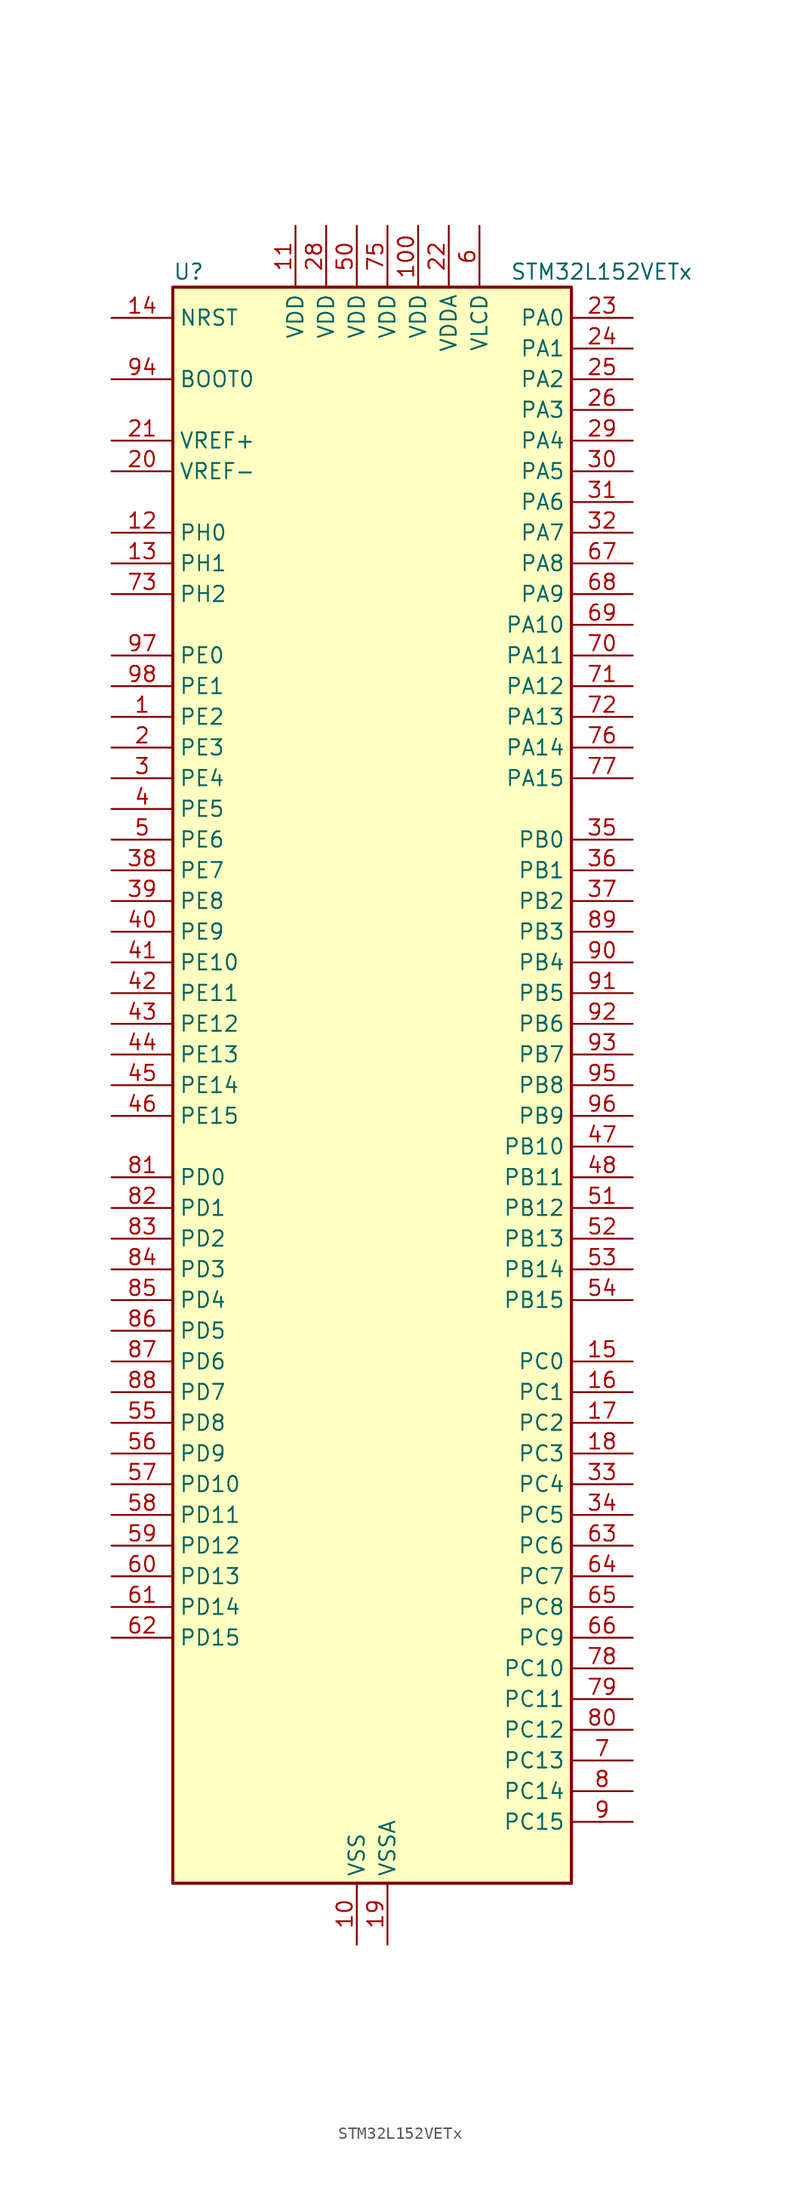
<source format=kicad_sym>
(kicad_symbol_lib
  (version 20231120)
  (generator "kicad-library-utils")
  (generator_version "8.0")
  (symbol "STM32L152VETx"
    (property "Reference" "U"
      (at -15.24 67.31 0)
      (effects (font (size 1.27 1.27)) (justify left)))
    (property "Value" "STM32L152VETx"
      (at 12.7 67.31 0)
      (effects (font (size 1.27 1.27)) (justify left)))
    (symbol "STM32L152VETx_0_1"
      (rectangle (start -15.24 -66.04) (end 17.78 66.04) (stroke (width 0.254) (type default)) (fill (type background))))
    (symbol "STM32L152VETx_1_1"
      (pin bidirectional line (at -20.32 30.48 0) (length 5.08) (name "PE2" (effects (font (size 1.27 1.27)))) (number "1" (effects (font (size 1.27 1.27)))) (alternate "LCD_SEG38" bidirectional line) (alternate "SYS_TRACECK" bidirectional line) (alternate "TIM3_ETR" bidirectional line) (alternate "TIMX_IC3" bidirectional line))
      (pin power_in line (at 0 -71.12 90) (length 5.08) (name "VSS" (effects (font (size 1.27 1.27)))) (number "10" (effects (font (size 1.27 1.27)))))
      (pin power_in line (at 5.08 71.12 270) (length 5.08) (name "VDD" (effects (font (size 1.27 1.27)))) (number "100" (effects (font (size 1.27 1.27)))))
      (pin power_in line (at -5.08 71.12 270) (length 5.08) (name "VDD" (effects (font (size 1.27 1.27)))) (number "11" (effects (font (size 1.27 1.27)))))
      (pin bidirectional line (at -20.32 45.72 0) (length 5.08) (name "PH0" (effects (font (size 1.27 1.27)))) (number "12" (effects (font (size 1.27 1.27)))) (alternate "RCC_OSC_IN" bidirectional line))
      (pin bidirectional line (at -20.32 43.18 0) (length 5.08) (name "PH1" (effects (font (size 1.27 1.27)))) (number "13" (effects (font (size 1.27 1.27)))) (alternate "RCC_OSC_OUT" bidirectional line))
      (pin input line (at -20.32 63.5 0) (length 5.08) (name "NRST" (effects (font (size 1.27 1.27)))) (number "14" (effects (font (size 1.27 1.27)))))
      (pin bidirectional line (at 22.86 -22.86 180) (length 5.08) (name "PC0" (effects (font (size 1.27 1.27)))) (number "15" (effects (font (size 1.27 1.27)))) (alternate "ADC_IN10" bidirectional line) (alternate "COMP1_INP" bidirectional line) (alternate "LCD_SEG18" bidirectional line) (alternate "TIMX_IC1" bidirectional line) (alternate "TS_G8_IO1" bidirectional line))
      (pin bidirectional line (at 22.86 -25.4 180) (length 5.08) (name "PC1" (effects (font (size 1.27 1.27)))) (number "16" (effects (font (size 1.27 1.27)))) (alternate "ADC_IN11" bidirectional line) (alternate "COMP1_INP" bidirectional line) (alternate "LCD_SEG19" bidirectional line) (alternate "TIMX_IC2" bidirectional line) (alternate "TS_G8_IO2" bidirectional line))
      (pin bidirectional line (at 22.86 -27.94 180) (length 5.08) (name "PC2" (effects (font (size 1.27 1.27)))) (number "17" (effects (font (size 1.27 1.27)))) (alternate "ADC_IN12" bidirectional line) (alternate "COMP1_INP" bidirectional line) (alternate "LCD_SEG20" bidirectional line) (alternate "TIMX_IC3" bidirectional line) (alternate "TS_G8_IO3" bidirectional line))
      (pin bidirectional line (at 22.86 -30.48 180) (length 5.08) (name "PC3" (effects (font (size 1.27 1.27)))) (number "18" (effects (font (size 1.27 1.27)))) (alternate "ADC_IN13" bidirectional line) (alternate "COMP1_INP" bidirectional line) (alternate "LCD_SEG21" bidirectional line) (alternate "TIMX_IC4" bidirectional line) (alternate "TS_G8_IO4" bidirectional line))
      (pin power_in line (at 2.54 -71.12 90) (length 5.08) (name "VSSA" (effects (font (size 1.27 1.27)))) (number "19" (effects (font (size 1.27 1.27)))))
      (pin bidirectional line (at -20.32 27.94 0) (length 5.08) (name "PE3" (effects (font (size 1.27 1.27)))) (number "2" (effects (font (size 1.27 1.27)))) (alternate "LCD_SEG39" bidirectional line) (alternate "SYS_TRACED0" bidirectional line) (alternate "TIM3_CH1" bidirectional line) (alternate "TIMX_IC4" bidirectional line))
      (pin input line (at -20.32 50.8 0) (length 5.08) (name "VREF-" (effects (font (size 1.27 1.27)))) (number "20" (effects (font (size 1.27 1.27)))))
      (pin input line (at -20.32 53.34 0) (length 5.08) (name "VREF+" (effects (font (size 1.27 1.27)))) (number "21" (effects (font (size 1.27 1.27)))))
      (pin power_in line (at 7.62 71.12 270) (length 5.08) (name "VDDA" (effects (font (size 1.27 1.27)))) (number "22" (effects (font (size 1.27 1.27)))))
      (pin bidirectional line (at 22.86 63.5 180) (length 5.08) (name "PA0" (effects (font (size 1.27 1.27)))) (number "23" (effects (font (size 1.27 1.27)))) (alternate "ADC_IN0" bidirectional line) (alternate "COMP1_INP" bidirectional line) (alternate "RTC_TAMP2" bidirectional line) (alternate "SYS_WKUP1" bidirectional line) (alternate "TIM2_CH1" bidirectional line) (alternate "TIM2_ETR" bidirectional line) (alternate "TIM5_CH1" bidirectional line) (alternate "TIMX_IC1" bidirectional line) (alternate "TS_G1_IO1" bidirectional line) (alternate "USART2_CTS" bidirectional line))
      (pin bidirectional line (at 22.86 60.96 180) (length 5.08) (name "PA1" (effects (font (size 1.27 1.27)))) (number "24" (effects (font (size 1.27 1.27)))) (alternate "ADC_IN1" bidirectional line) (alternate "COMP1_INP" bidirectional line) (alternate "LCD_SEG0" bidirectional line) (alternate "OPAMP1_VINP" bidirectional line) (alternate "TIM2_CH2" bidirectional line) (alternate "TIM5_CH2" bidirectional line) (alternate "TIMX_IC2" bidirectional line) (alternate "TS_G1_IO2" bidirectional line) (alternate "USART2_RTS" bidirectional line))
      (pin bidirectional line (at 22.86 58.42 180) (length 5.08) (name "PA2" (effects (font (size 1.27 1.27)))) (number "25" (effects (font (size 1.27 1.27)))) (alternate "ADC_IN2" bidirectional line) (alternate "COMP1_INP" bidirectional line) (alternate "LCD_SEG1" bidirectional line) (alternate "OPAMP1_VINM" bidirectional line) (alternate "TIM2_CH3" bidirectional line) (alternate "TIM5_CH3" bidirectional line) (alternate "TIM9_CH1" bidirectional line) (alternate "TIMX_IC3" bidirectional line) (alternate "TS_G1_IO3" bidirectional line) (alternate "USART2_TX" bidirectional line))
      (pin bidirectional line (at 22.86 55.88 180) (length 5.08) (name "PA3" (effects (font (size 1.27 1.27)))) (number "26" (effects (font (size 1.27 1.27)))) (alternate "ADC_IN3" bidirectional line) (alternate "COMP1_INP" bidirectional line) (alternate "LCD_SEG2" bidirectional line) (alternate "OPAMP1_VOUT" bidirectional line) (alternate "TIM2_CH4" bidirectional line) (alternate "TIM5_CH4" bidirectional line) (alternate "TIM9_CH2" bidirectional line) (alternate "TIMX_IC4" bidirectional line) (alternate "TS_G1_IO4" bidirectional line) (alternate "USART2_RX" bidirectional line))
      (pin passive line (at 0 -71.12 90) (length 5.08) hide (name "VSS" (effects (font (size 1.27 1.27)))) (number "27" (effects (font (size 1.27 1.27)))))
      (pin power_in line (at -2.54 71.12 270) (length 5.08) (name "VDD" (effects (font (size 1.27 1.27)))) (number "28" (effects (font (size 1.27 1.27)))))
      (pin bidirectional line (at 22.86 53.34 180) (length 5.08) (name "PA4" (effects (font (size 1.27 1.27)))) (number "29" (effects (font (size 1.27 1.27)))) (alternate "ADC_IN4" bidirectional line) (alternate "COMP1_INP" bidirectional line) (alternate "DAC_OUT1" bidirectional line) (alternate "I2S3_WS" bidirectional line) (alternate "SPI1_NSS" bidirectional line) (alternate "SPI3_NSS" bidirectional line) (alternate "TIMX_IC1" bidirectional line) (alternate "USART2_CK" bidirectional line))
      (pin bidirectional line (at -20.32 25.4 0) (length 5.08) (name "PE4" (effects (font (size 1.27 1.27)))) (number "3" (effects (font (size 1.27 1.27)))) (alternate "SYS_TRACED1" bidirectional line) (alternate "TIM3_CH2" bidirectional line) (alternate "TIMX_IC1" bidirectional line))
      (pin bidirectional line (at 22.86 50.8 180) (length 5.08) (name "PA5" (effects (font (size 1.27 1.27)))) (number "30" (effects (font (size 1.27 1.27)))) (alternate "ADC_IN5" bidirectional line) (alternate "COMP1_INP" bidirectional line) (alternate "DAC_OUT2" bidirectional line) (alternate "SPI1_SCK" bidirectional line) (alternate "TIM2_CH1" bidirectional line) (alternate "TIM2_ETR" bidirectional line) (alternate "TIMX_IC2" bidirectional line))
      (pin bidirectional line (at 22.86 48.26 180) (length 5.08) (name "PA6" (effects (font (size 1.27 1.27)))) (number "31" (effects (font (size 1.27 1.27)))) (alternate "ADC_IN6" bidirectional line) (alternate "COMP1_INP" bidirectional line) (alternate "LCD_SEG3" bidirectional line) (alternate "OPAMP2_VINP" bidirectional line) (alternate "SPI1_MISO" bidirectional line) (alternate "TIM10_CH1" bidirectional line) (alternate "TIM3_CH1" bidirectional line) (alternate "TIMX_IC3" bidirectional line) (alternate "TS_G2_IO1" bidirectional line))
      (pin bidirectional line (at 22.86 45.72 180) (length 5.08) (name "PA7" (effects (font (size 1.27 1.27)))) (number "32" (effects (font (size 1.27 1.27)))) (alternate "ADC_IN7" bidirectional line) (alternate "COMP1_INP" bidirectional line) (alternate "LCD_SEG4" bidirectional line) (alternate "OPAMP2_VINM" bidirectional line) (alternate "SPI1_MOSI" bidirectional line) (alternate "TIM11_CH1" bidirectional line) (alternate "TIM3_CH2" bidirectional line) (alternate "TIMX_IC4" bidirectional line) (alternate "TS_G2_IO2" bidirectional line))
      (pin bidirectional line (at 22.86 -33.02 180) (length 5.08) (name "PC4" (effects (font (size 1.27 1.27)))) (number "33" (effects (font (size 1.27 1.27)))) (alternate "ADC_IN14" bidirectional line) (alternate "COMP1_INP" bidirectional line) (alternate "LCD_SEG22" bidirectional line) (alternate "TIMX_IC1" bidirectional line) (alternate "TS_G9_IO1" bidirectional line))
      (pin bidirectional line (at 22.86 -35.56 180) (length 5.08) (name "PC5" (effects (font (size 1.27 1.27)))) (number "34" (effects (font (size 1.27 1.27)))) (alternate "ADC_IN15" bidirectional line) (alternate "COMP1_INP" bidirectional line) (alternate "LCD_SEG23" bidirectional line) (alternate "TIMX_IC2" bidirectional line) (alternate "TS_G9_IO2" bidirectional line))
      (pin bidirectional line (at 22.86 20.32 180) (length 5.08) (name "PB0" (effects (font (size 1.27 1.27)))) (number "35" (effects (font (size 1.27 1.27)))) (alternate "ADC_IN8" bidirectional line) (alternate "COMP1_INP" bidirectional line) (alternate "LCD_SEG5" bidirectional line) (alternate "OPAMP2_VOUT" bidirectional line) (alternate "SYS_V_REF_OUT" bidirectional line) (alternate "TIM3_CH3" bidirectional line) (alternate "TS_G3_IO1" bidirectional line))
      (pin bidirectional line (at 22.86 17.78 180) (length 5.08) (name "PB1" (effects (font (size 1.27 1.27)))) (number "36" (effects (font (size 1.27 1.27)))) (alternate "ADC_IN9" bidirectional line) (alternate "COMP1_INP" bidirectional line) (alternate "LCD_SEG6" bidirectional line) (alternate "SYS_V_REF_OUT" bidirectional line) (alternate "TIM3_CH4" bidirectional line) (alternate "TS_G3_IO2" bidirectional line))
      (pin bidirectional line (at 22.86 15.24 180) (length 5.08) (name "PB2" (effects (font (size 1.27 1.27)))) (number "37" (effects (font (size 1.27 1.27)))) (alternate "ADC_IN0b" bidirectional line) (alternate "TS_G3_IO3" bidirectional line))
      (pin bidirectional line (at -20.32 17.78 0) (length 5.08) (name "PE7" (effects (font (size 1.27 1.27)))) (number "38" (effects (font (size 1.27 1.27)))) (alternate "ADC_IN22" bidirectional line) (alternate "COMP1_INP" bidirectional line) (alternate "TIMX_IC4" bidirectional line))
      (pin bidirectional line (at -20.32 15.24 0) (length 5.08) (name "PE8" (effects (font (size 1.27 1.27)))) (number "39" (effects (font (size 1.27 1.27)))) (alternate "ADC_IN23" bidirectional line) (alternate "COMP1_INP" bidirectional line) (alternate "TIMX_IC1" bidirectional line))
      (pin bidirectional line (at -20.32 22.86 0) (length 5.08) (name "PE5" (effects (font (size 1.27 1.27)))) (number "4" (effects (font (size 1.27 1.27)))) (alternate "SYS_TRACED2" bidirectional line) (alternate "TIM9_CH1" bidirectional line) (alternate "TIMX_IC2" bidirectional line))
      (pin bidirectional line (at -20.32 12.7 0) (length 5.08) (name "PE9" (effects (font (size 1.27 1.27)))) (number "40" (effects (font (size 1.27 1.27)))) (alternate "ADC_IN24" bidirectional line) (alternate "COMP1_INP" bidirectional line) (alternate "DAC_EXTI9" bidirectional line) (alternate "TIM2_CH1" bidirectional line) (alternate "TIM2_ETR" bidirectional line) (alternate "TIMX_IC2" bidirectional line))
      (pin bidirectional line (at -20.32 10.16 0) (length 5.08) (name "PE10" (effects (font (size 1.27 1.27)))) (number "41" (effects (font (size 1.27 1.27)))) (alternate "ADC_IN25" bidirectional line) (alternate "COMP1_INP" bidirectional line) (alternate "TIM2_CH2" bidirectional line) (alternate "TIMX_IC3" bidirectional line))
      (pin bidirectional line (at -20.32 7.62 0) (length 5.08) (name "PE11" (effects (font (size 1.27 1.27)))) (number "42" (effects (font (size 1.27 1.27)))) (alternate "ADC_EXTI11" bidirectional line) (alternate "TIM2_CH3" bidirectional line) (alternate "TIMX_IC4" bidirectional line))
      (pin bidirectional line (at -20.32 5.08 0) (length 5.08) (name "PE12" (effects (font (size 1.27 1.27)))) (number "43" (effects (font (size 1.27 1.27)))) (alternate "SPI1_NSS" bidirectional line) (alternate "TIM2_CH4" bidirectional line) (alternate "TIMX_IC1" bidirectional line))
      (pin bidirectional line (at -20.32 2.54 0) (length 5.08) (name "PE13" (effects (font (size 1.27 1.27)))) (number "44" (effects (font (size 1.27 1.27)))) (alternate "SPI1_SCK" bidirectional line) (alternate "TIMX_IC2" bidirectional line))
      (pin bidirectional line (at -20.32 0 0) (length 5.08) (name "PE14" (effects (font (size 1.27 1.27)))) (number "45" (effects (font (size 1.27 1.27)))) (alternate "SPI1_MISO" bidirectional line) (alternate "TIMX_IC3" bidirectional line))
      (pin bidirectional line (at -20.32 -2.54 0) (length 5.08) (name "PE15" (effects (font (size 1.27 1.27)))) (number "46" (effects (font (size 1.27 1.27)))) (alternate "ADC_EXTI15" bidirectional line) (alternate "SPI1_MOSI" bidirectional line) (alternate "TIMX_IC4" bidirectional line))
      (pin bidirectional line (at 22.86 -5.08 180) (length 5.08) (name "PB10" (effects (font (size 1.27 1.27)))) (number "47" (effects (font (size 1.27 1.27)))) (alternate "I2C2_SCL" bidirectional line) (alternate "LCD_SEG10" bidirectional line) (alternate "TIM2_CH3" bidirectional line) (alternate "USART3_TX" bidirectional line))
      (pin bidirectional line (at 22.86 -7.62 180) (length 5.08) (name "PB11" (effects (font (size 1.27 1.27)))) (number "48" (effects (font (size 1.27 1.27)))) (alternate "ADC_EXTI11" bidirectional line) (alternate "I2C2_SDA" bidirectional line) (alternate "LCD_SEG11" bidirectional line) (alternate "TIM2_CH4" bidirectional line) (alternate "USART3_RX" bidirectional line))
      (pin passive line (at 0 -71.12 90) (length 5.08) hide (name "VSS" (effects (font (size 1.27 1.27)))) (number "49" (effects (font (size 1.27 1.27)))))
      (pin bidirectional line (at -20.32 20.32 0) (length 5.08) (name "PE6" (effects (font (size 1.27 1.27)))) (number "5" (effects (font (size 1.27 1.27)))) (alternate "RTC_TAMP3" bidirectional line) (alternate "SYS_TRACED3" bidirectional line) (alternate "SYS_WKUP3" bidirectional line) (alternate "TIM9_CH2" bidirectional line) (alternate "TIMX_IC3" bidirectional line))
      (pin power_in line (at 0 71.12 270) (length 5.08) (name "VDD" (effects (font (size 1.27 1.27)))) (number "50" (effects (font (size 1.27 1.27)))))
      (pin bidirectional line (at 22.86 -10.16 180) (length 5.08) (name "PB12" (effects (font (size 1.27 1.27)))) (number "51" (effects (font (size 1.27 1.27)))) (alternate "ADC_IN18" bidirectional line) (alternate "COMP1_INP" bidirectional line) (alternate "I2C2_SMBA" bidirectional line) (alternate "I2S2_WS" bidirectional line) (alternate "LCD_SEG12" bidirectional line) (alternate "SPI2_NSS" bidirectional line) (alternate "TIM10_CH1" bidirectional line) (alternate "TS_G7_IO1" bidirectional line) (alternate "USART3_CK" bidirectional line))
      (pin bidirectional line (at 22.86 -12.7 180) (length 5.08) (name "PB13" (effects (font (size 1.27 1.27)))) (number "52" (effects (font (size 1.27 1.27)))) (alternate "ADC_IN19" bidirectional line) (alternate "COMP1_INP" bidirectional line) (alternate "I2S2_CK" bidirectional line) (alternate "LCD_SEG13" bidirectional line) (alternate "SPI2_SCK" bidirectional line) (alternate "TIM9_CH1" bidirectional line) (alternate "TS_G7_IO2" bidirectional line) (alternate "USART3_CTS" bidirectional line))
      (pin bidirectional line (at 22.86 -15.24 180) (length 5.08) (name "PB14" (effects (font (size 1.27 1.27)))) (number "53" (effects (font (size 1.27 1.27)))) (alternate "ADC_IN20" bidirectional line) (alternate "COMP1_INP" bidirectional line) (alternate "LCD_SEG14" bidirectional line) (alternate "SPI2_MISO" bidirectional line) (alternate "TIM9_CH2" bidirectional line) (alternate "TS_G7_IO3" bidirectional line) (alternate "USART3_RTS" bidirectional line))
      (pin bidirectional line (at 22.86 -17.78 180) (length 5.08) (name "PB15" (effects (font (size 1.27 1.27)))) (number "54" (effects (font (size 1.27 1.27)))) (alternate "ADC_EXTI15" bidirectional line) (alternate "ADC_IN21" bidirectional line) (alternate "COMP1_INP" bidirectional line) (alternate "I2S2_SD" bidirectional line) (alternate "LCD_SEG15" bidirectional line) (alternate "RTC_REFIN" bidirectional line) (alternate "SPI2_MOSI" bidirectional line) (alternate "TIM11_CH1" bidirectional line) (alternate "TS_G7_IO4" bidirectional line))
      (pin bidirectional line (at -20.32 -27.94 0) (length 5.08) (name "PD8" (effects (font (size 1.27 1.27)))) (number "55" (effects (font (size 1.27 1.27)))) (alternate "LCD_SEG28" bidirectional line) (alternate "TIMX_IC1" bidirectional line) (alternate "USART3_TX" bidirectional line))
      (pin bidirectional line (at -20.32 -30.48 0) (length 5.08) (name "PD9" (effects (font (size 1.27 1.27)))) (number "56" (effects (font (size 1.27 1.27)))) (alternate "DAC_EXTI9" bidirectional line) (alternate "LCD_SEG29" bidirectional line) (alternate "TIMX_IC2" bidirectional line) (alternate "USART3_RX" bidirectional line))
      (pin bidirectional line (at -20.32 -33.02 0) (length 5.08) (name "PD10" (effects (font (size 1.27 1.27)))) (number "57" (effects (font (size 1.27 1.27)))) (alternate "LCD_SEG30" bidirectional line) (alternate "TIMX_IC3" bidirectional line) (alternate "USART3_CK" bidirectional line))
      (pin bidirectional line (at -20.32 -35.56 0) (length 5.08) (name "PD11" (effects (font (size 1.27 1.27)))) (number "58" (effects (font (size 1.27 1.27)))) (alternate "ADC_EXTI11" bidirectional line) (alternate "LCD_SEG31" bidirectional line) (alternate "TIMX_IC4" bidirectional line) (alternate "USART3_CTS" bidirectional line))
      (pin bidirectional line (at -20.32 -38.1 0) (length 5.08) (name "PD12" (effects (font (size 1.27 1.27)))) (number "59" (effects (font (size 1.27 1.27)))) (alternate "LCD_SEG32" bidirectional line) (alternate "TIM4_CH1" bidirectional line) (alternate "TIMX_IC1" bidirectional line) (alternate "USART3_RTS" bidirectional line))
      (pin power_in line (at 10.16 71.12 270) (length 5.08) (name "VLCD" (effects (font (size 1.27 1.27)))) (number "6" (effects (font (size 1.27 1.27)))))
      (pin bidirectional line (at -20.32 -40.64 0) (length 5.08) (name "PD13" (effects (font (size 1.27 1.27)))) (number "60" (effects (font (size 1.27 1.27)))) (alternate "LCD_SEG33" bidirectional line) (alternate "TIM4_CH2" bidirectional line) (alternate "TIMX_IC2" bidirectional line))
      (pin bidirectional line (at -20.32 -43.18 0) (length 5.08) (name "PD14" (effects (font (size 1.27 1.27)))) (number "61" (effects (font (size 1.27 1.27)))) (alternate "LCD_SEG34" bidirectional line) (alternate "TIM4_CH3" bidirectional line) (alternate "TIMX_IC3" bidirectional line))
      (pin bidirectional line (at -20.32 -45.72 0) (length 5.08) (name "PD15" (effects (font (size 1.27 1.27)))) (number "62" (effects (font (size 1.27 1.27)))) (alternate "ADC_EXTI15" bidirectional line) (alternate "LCD_SEG35" bidirectional line) (alternate "TIM4_CH4" bidirectional line) (alternate "TIMX_IC4" bidirectional line))
      (pin bidirectional line (at 22.86 -38.1 180) (length 5.08) (name "PC6" (effects (font (size 1.27 1.27)))) (number "63" (effects (font (size 1.27 1.27)))) (alternate "I2S2_MCK" bidirectional line) (alternate "LCD_SEG24" bidirectional line) (alternate "TIM3_CH1" bidirectional line) (alternate "TIMX_IC3" bidirectional line) (alternate "TS_G10_IO1" bidirectional line))
      (pin bidirectional line (at 22.86 -40.64 180) (length 5.08) (name "PC7" (effects (font (size 1.27 1.27)))) (number "64" (effects (font (size 1.27 1.27)))) (alternate "I2S3_MCK" bidirectional line) (alternate "LCD_SEG25" bidirectional line) (alternate "TIM3_CH2" bidirectional line) (alternate "TIMX_IC4" bidirectional line) (alternate "TS_G10_IO2" bidirectional line))
      (pin bidirectional line (at 22.86 -43.18 180) (length 5.08) (name "PC8" (effects (font (size 1.27 1.27)))) (number "65" (effects (font (size 1.27 1.27)))) (alternate "LCD_SEG26" bidirectional line) (alternate "TIM3_CH3" bidirectional line) (alternate "TIMX_IC1" bidirectional line) (alternate "TS_G10_IO3" bidirectional line))
      (pin bidirectional line (at 22.86 -45.72 180) (length 5.08) (name "PC9" (effects (font (size 1.27 1.27)))) (number "66" (effects (font (size 1.27 1.27)))) (alternate "DAC_EXTI9" bidirectional line) (alternate "LCD_SEG27" bidirectional line) (alternate "TIM3_CH4" bidirectional line) (alternate "TIMX_IC2" bidirectional line) (alternate "TS_G10_IO4" bidirectional line))
      (pin bidirectional line (at 22.86 43.18 180) (length 5.08) (name "PA8" (effects (font (size 1.27 1.27)))) (number "67" (effects (font (size 1.27 1.27)))) (alternate "LCD_COM0" bidirectional line) (alternate "RCC_MCO" bidirectional line) (alternate "TIMX_IC1" bidirectional line) (alternate "TS_G4_IO1" bidirectional line) (alternate "USART1_CK" bidirectional line))
      (pin bidirectional line (at 22.86 40.64 180) (length 5.08) (name "PA9" (effects (font (size 1.27 1.27)))) (number "68" (effects (font (size 1.27 1.27)))) (alternate "DAC_EXTI9" bidirectional line) (alternate "LCD_COM1" bidirectional line) (alternate "TIMX_IC2" bidirectional line) (alternate "TS_G4_IO2" bidirectional line) (alternate "USART1_TX" bidirectional line))
      (pin bidirectional line (at 22.86 38.1 180) (length 5.08) (name "PA10" (effects (font (size 1.27 1.27)))) (number "69" (effects (font (size 1.27 1.27)))) (alternate "LCD_COM2" bidirectional line) (alternate "TIMX_IC3" bidirectional line) (alternate "TS_G4_IO3" bidirectional line) (alternate "USART1_RX" bidirectional line))
      (pin bidirectional line (at 22.86 -55.88 180) (length 5.08) (name "PC13" (effects (font (size 1.27 1.27)))) (number "7" (effects (font (size 1.27 1.27)))) (alternate "RTC_OUT_ALARM" bidirectional line) (alternate "RTC_OUT_CALIB" bidirectional line) (alternate "RTC_TAMP1" bidirectional line) (alternate "RTC_TS" bidirectional line) (alternate "SYS_WKUP2" bidirectional line) (alternate "TIMX_IC2" bidirectional line))
      (pin bidirectional line (at 22.86 35.56 180) (length 5.08) (name "PA11" (effects (font (size 1.27 1.27)))) (number "70" (effects (font (size 1.27 1.27)))) (alternate "ADC_EXTI11" bidirectional line) (alternate "SPI1_MISO" bidirectional line) (alternate "TIMX_IC4" bidirectional line) (alternate "USART1_CTS" bidirectional line) (alternate "USB_DM" bidirectional line))
      (pin bidirectional line (at 22.86 33.02 180) (length 5.08) (name "PA12" (effects (font (size 1.27 1.27)))) (number "71" (effects (font (size 1.27 1.27)))) (alternate "SPI1_MOSI" bidirectional line) (alternate "TIMX_IC1" bidirectional line) (alternate "USART1_RTS" bidirectional line) (alternate "USB_DP" bidirectional line))
      (pin bidirectional line (at 22.86 30.48 180) (length 5.08) (name "PA13" (effects (font (size 1.27 1.27)))) (number "72" (effects (font (size 1.27 1.27)))) (alternate "SYS_JTMS-SWDIO" bidirectional line) (alternate "TIMX_IC2" bidirectional line) (alternate "TS_G5_IO1" bidirectional line))
      (pin bidirectional line (at -20.32 40.64 0) (length 5.08) (name "PH2" (effects (font (size 1.27 1.27)))) (number "73" (effects (font (size 1.27 1.27)))))
      (pin passive line (at 0 -71.12 90) (length 5.08) hide (name "VSS" (effects (font (size 1.27 1.27)))) (number "74" (effects (font (size 1.27 1.27)))))
      (pin power_in line (at 2.54 71.12 270) (length 5.08) (name "VDD" (effects (font (size 1.27 1.27)))) (number "75" (effects (font (size 1.27 1.27)))))
      (pin bidirectional line (at 22.86 27.94 180) (length 5.08) (name "PA14" (effects (font (size 1.27 1.27)))) (number "76" (effects (font (size 1.27 1.27)))) (alternate "SYS_JTCK-SWCLK" bidirectional line) (alternate "TIMX_IC3" bidirectional line) (alternate "TS_G5_IO2" bidirectional line))
      (pin bidirectional line (at 22.86 25.4 180) (length 5.08) (name "PA15" (effects (font (size 1.27 1.27)))) (number "77" (effects (font (size 1.27 1.27)))) (alternate "ADC_EXTI15" bidirectional line) (alternate "I2S3_WS" bidirectional line) (alternate "LCD_SEG17" bidirectional line) (alternate "SPI1_NSS" bidirectional line) (alternate "SPI3_NSS" bidirectional line) (alternate "SYS_JTDI" bidirectional line) (alternate "TIM2_CH1" bidirectional line) (alternate "TIM2_ETR" bidirectional line) (alternate "TIMX_IC4" bidirectional line) (alternate "TS_G5_IO3" bidirectional line))
      (pin bidirectional line (at 22.86 -48.26 180) (length 5.08) (name "PC10" (effects (font (size 1.27 1.27)))) (number "78" (effects (font (size 1.27 1.27)))) (alternate "I2S3_CK" bidirectional line) (alternate "LCD_COM4" bidirectional line) (alternate "LCD_SEG28" bidirectional line) (alternate "LCD_SEG40" bidirectional line) (alternate "SPI3_SCK" bidirectional line) (alternate "TIMX_IC3" bidirectional line) (alternate "UART4_TX" bidirectional line) (alternate "USART3_TX" bidirectional line))
      (pin bidirectional line (at 22.86 -50.8 180) (length 5.08) (name "PC11" (effects (font (size 1.27 1.27)))) (number "79" (effects (font (size 1.27 1.27)))) (alternate "ADC_EXTI11" bidirectional line) (alternate "LCD_COM5" bidirectional line) (alternate "LCD_SEG29" bidirectional line) (alternate "LCD_SEG41" bidirectional line) (alternate "SPI3_MISO" bidirectional line) (alternate "TIMX_IC4" bidirectional line) (alternate "UART4_RX" bidirectional line) (alternate "USART3_RX" bidirectional line))
      (pin bidirectional line (at 22.86 -58.42 180) (length 5.08) (name "PC14" (effects (font (size 1.27 1.27)))) (number "8" (effects (font (size 1.27 1.27)))) (alternate "RCC_OSC32_IN" bidirectional line) (alternate "TIMX_IC3" bidirectional line))
      (pin bidirectional line (at 22.86 -53.34 180) (length 5.08) (name "PC12" (effects (font (size 1.27 1.27)))) (number "80" (effects (font (size 1.27 1.27)))) (alternate "I2S3_SD" bidirectional line) (alternate "LCD_COM6" bidirectional line) (alternate "LCD_SEG30" bidirectional line) (alternate "LCD_SEG42" bidirectional line) (alternate "SPI3_MOSI" bidirectional line) (alternate "TIMX_IC1" bidirectional line) (alternate "UART5_TX" bidirectional line) (alternate "USART3_CK" bidirectional line))
      (pin bidirectional line (at -20.32 -7.62 0) (length 5.08) (name "PD0" (effects (font (size 1.27 1.27)))) (number "81" (effects (font (size 1.27 1.27)))) (alternate "I2S2_WS" bidirectional line) (alternate "SPI2_NSS" bidirectional line) (alternate "TIM9_CH1" bidirectional line) (alternate "TIMX_IC1" bidirectional line))
      (pin bidirectional line (at -20.32 -10.16 0) (length 5.08) (name "PD1" (effects (font (size 1.27 1.27)))) (number "82" (effects (font (size 1.27 1.27)))) (alternate "I2S2_CK" bidirectional line) (alternate "SPI2_SCK" bidirectional line) (alternate "TIMX_IC2" bidirectional line))
      (pin bidirectional line (at -20.32 -12.7 0) (length 5.08) (name "PD2" (effects (font (size 1.27 1.27)))) (number "83" (effects (font (size 1.27 1.27)))) (alternate "LCD_COM7" bidirectional line) (alternate "LCD_SEG31" bidirectional line) (alternate "LCD_SEG43" bidirectional line) (alternate "TIM3_ETR" bidirectional line) (alternate "TIMX_IC3" bidirectional line) (alternate "UART5_RX" bidirectional line))
      (pin bidirectional line (at -20.32 -15.24 0) (length 5.08) (name "PD3" (effects (font (size 1.27 1.27)))) (number "84" (effects (font (size 1.27 1.27)))) (alternate "SPI2_MISO" bidirectional line) (alternate "TIMX_IC4" bidirectional line) (alternate "USART2_CTS" bidirectional line))
      (pin bidirectional line (at -20.32 -17.78 0) (length 5.08) (name "PD4" (effects (font (size 1.27 1.27)))) (number "85" (effects (font (size 1.27 1.27)))) (alternate "I2S2_SD" bidirectional line) (alternate "SPI2_MOSI" bidirectional line) (alternate "TIMX_IC1" bidirectional line) (alternate "USART2_RTS" bidirectional line))
      (pin bidirectional line (at -20.32 -20.32 0) (length 5.08) (name "PD5" (effects (font (size 1.27 1.27)))) (number "86" (effects (font (size 1.27 1.27)))) (alternate "TIMX_IC2" bidirectional line) (alternate "USART2_TX" bidirectional line))
      (pin bidirectional line (at -20.32 -22.86 0) (length 5.08) (name "PD6" (effects (font (size 1.27 1.27)))) (number "87" (effects (font (size 1.27 1.27)))) (alternate "TIMX_IC3" bidirectional line) (alternate "USART2_RX" bidirectional line))
      (pin bidirectional line (at -20.32 -25.4 0) (length 5.08) (name "PD7" (effects (font (size 1.27 1.27)))) (number "88" (effects (font (size 1.27 1.27)))) (alternate "TIM9_CH2" bidirectional line) (alternate "TIMX_IC4" bidirectional line) (alternate "USART2_CK" bidirectional line))
      (pin bidirectional line (at 22.86 12.7 180) (length 5.08) (name "PB3" (effects (font (size 1.27 1.27)))) (number "89" (effects (font (size 1.27 1.27)))) (alternate "COMP2_INM" bidirectional line) (alternate "I2S3_CK" bidirectional line) (alternate "LCD_SEG7" bidirectional line) (alternate "SPI1_SCK" bidirectional line) (alternate "SPI3_SCK" bidirectional line) (alternate "SYS_JTDO-TRACESWO" bidirectional line) (alternate "TIM2_CH2" bidirectional line))
      (pin bidirectional line (at 22.86 -60.96 180) (length 5.08) (name "PC15" (effects (font (size 1.27 1.27)))) (number "9" (effects (font (size 1.27 1.27)))) (alternate "ADC_EXTI15" bidirectional line) (alternate "RCC_OSC32_OUT" bidirectional line) (alternate "TIMX_IC4" bidirectional line))
      (pin bidirectional line (at 22.86 10.16 180) (length 5.08) (name "PB4" (effects (font (size 1.27 1.27)))) (number "90" (effects (font (size 1.27 1.27)))) (alternate "COMP2_INP" bidirectional line) (alternate "LCD_SEG8" bidirectional line) (alternate "SPI1_MISO" bidirectional line) (alternate "SPI3_MISO" bidirectional line) (alternate "SYS_JTRST" bidirectional line) (alternate "TIM3_CH1" bidirectional line) (alternate "TS_G6_IO1" bidirectional line))
      (pin bidirectional line (at 22.86 7.62 180) (length 5.08) (name "PB5" (effects (font (size 1.27 1.27)))) (number "91" (effects (font (size 1.27 1.27)))) (alternate "COMP2_INP" bidirectional line) (alternate "I2C1_SMBA" bidirectional line) (alternate "I2S3_SD" bidirectional line) (alternate "LCD_SEG9" bidirectional line) (alternate "SPI1_MOSI" bidirectional line) (alternate "SPI3_MOSI" bidirectional line) (alternate "TIM3_CH2" bidirectional line) (alternate "TS_G6_IO2" bidirectional line))
      (pin bidirectional line (at 22.86 5.08 180) (length 5.08) (name "PB6" (effects (font (size 1.27 1.27)))) (number "92" (effects (font (size 1.27 1.27)))) (alternate "COMP2_INP" bidirectional line) (alternate "I2C1_SCL" bidirectional line) (alternate "TIM4_CH1" bidirectional line) (alternate "TS_G6_IO3" bidirectional line) (alternate "USART1_TX" bidirectional line))
      (pin bidirectional line (at 22.86 2.54 180) (length 5.08) (name "PB7" (effects (font (size 1.27 1.27)))) (number "93" (effects (font (size 1.27 1.27)))) (alternate "COMP2_INP" bidirectional line) (alternate "I2C1_SDA" bidirectional line) (alternate "SYS_PVD_IN" bidirectional line) (alternate "TIM4_CH2" bidirectional line) (alternate "TS_G6_IO4" bidirectional line) (alternate "USART1_RX" bidirectional line))
      (pin input line (at -20.32 58.42 0) (length 5.08) (name "BOOT0" (effects (font (size 1.27 1.27)))) (number "94" (effects (font (size 1.27 1.27)))))
      (pin bidirectional line (at 22.86 0 180) (length 5.08) (name "PB8" (effects (font (size 1.27 1.27)))) (number "95" (effects (font (size 1.27 1.27)))) (alternate "I2C1_SCL" bidirectional line) (alternate "LCD_SEG16" bidirectional line) (alternate "TIM10_CH1" bidirectional line) (alternate "TIM4_CH3" bidirectional line))
      (pin bidirectional line (at 22.86 -2.54 180) (length 5.08) (name "PB9" (effects (font (size 1.27 1.27)))) (number "96" (effects (font (size 1.27 1.27)))) (alternate "DAC_EXTI9" bidirectional line) (alternate "I2C1_SDA" bidirectional line) (alternate "LCD_COM3" bidirectional line) (alternate "TIM11_CH1" bidirectional line) (alternate "TIM4_CH4" bidirectional line))
      (pin bidirectional line (at -20.32 35.56 0) (length 5.08) (name "PE0" (effects (font (size 1.27 1.27)))) (number "97" (effects (font (size 1.27 1.27)))) (alternate "LCD_SEG36" bidirectional line) (alternate "TIM10_CH1" bidirectional line) (alternate "TIM4_ETR" bidirectional line) (alternate "TIMX_IC1" bidirectional line))
      (pin bidirectional line (at -20.32 33.02 0) (length 5.08) (name "PE1" (effects (font (size 1.27 1.27)))) (number "98" (effects (font (size 1.27 1.27)))) (alternate "LCD_SEG37" bidirectional line) (alternate "TIM11_CH1" bidirectional line) (alternate "TIMX_IC2" bidirectional line))
      (pin passive line (at 0 -71.12 90) (length 5.08) hide (name "VSS" (effects (font (size 1.27 1.27)))) (number "99" (effects (font (size 1.27 1.27))))))))
</source>
